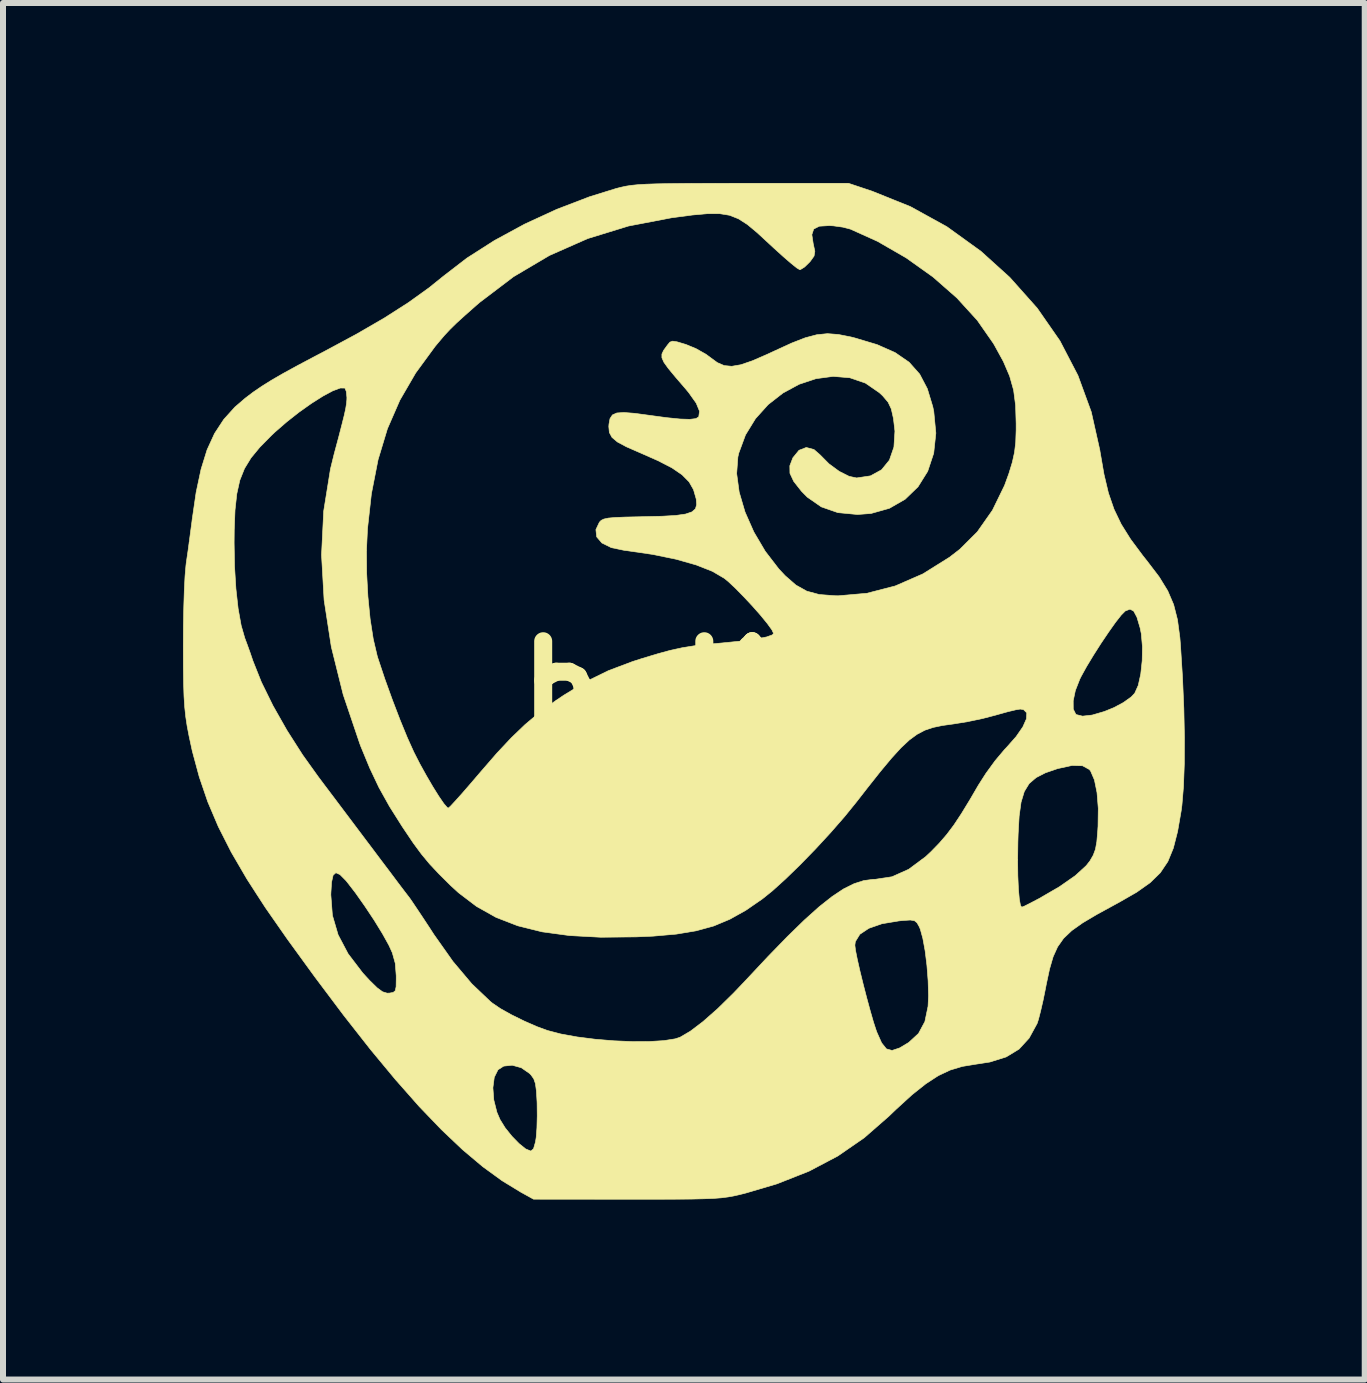
<source format=kicad_pcb>
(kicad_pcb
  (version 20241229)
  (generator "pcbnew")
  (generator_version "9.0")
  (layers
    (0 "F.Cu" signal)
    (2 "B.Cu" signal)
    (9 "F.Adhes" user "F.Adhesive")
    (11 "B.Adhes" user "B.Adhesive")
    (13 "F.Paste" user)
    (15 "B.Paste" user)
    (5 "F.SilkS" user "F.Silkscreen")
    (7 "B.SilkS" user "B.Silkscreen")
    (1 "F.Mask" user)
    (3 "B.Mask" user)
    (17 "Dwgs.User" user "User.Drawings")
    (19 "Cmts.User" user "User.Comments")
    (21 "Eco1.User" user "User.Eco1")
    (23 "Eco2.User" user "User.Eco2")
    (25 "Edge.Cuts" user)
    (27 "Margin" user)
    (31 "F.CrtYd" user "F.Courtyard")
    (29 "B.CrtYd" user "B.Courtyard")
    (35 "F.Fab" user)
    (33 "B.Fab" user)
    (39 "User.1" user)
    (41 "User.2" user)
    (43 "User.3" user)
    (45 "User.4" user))
  (footprint "helix"
    (layer "F.Cu")
    (at 8.362 8.472)
    (property "Reference" "helix" (at 0 0 0) (layer "F.SilkS") (effects (font (size 1.524 1.524) (thickness 0.3))))
    (attr through_hole)
    (fp_poly (pts (xy 3.122 -8.336) (xy 3.763 -8.078) (xy 4.369 -7.744) (xy 4.937 -7.334) (xy 5.418 -6.899) (xy 5.875 -6.386) (xy 6.254 -5.841) (xy 6.554 -5.264) (xy 6.776 -4.657) (xy 6.919 -4.019) (xy 6.923 -3.992) (xy 6.988 -3.617) (xy 7.062 -3.305) (xy 7.155 -3.035) (xy 7.275 -2.785) (xy 7.432 -2.534) (xy 7.636 -2.26) (xy 7.709 -2.168) (xy 7.908 -1.907) (xy 8.051 -1.674) (xy 8.149 -1.445) (xy 8.213 -1.193) (xy 8.253 -0.894) (xy 8.263 -0.769) (xy 8.297 -0.228) (xy 8.319 0.289) (xy 8.329 0.772) (xy 8.327 1.208) (xy 8.313 1.588) (xy 8.287 1.899) (xy 8.275 1.99) (xy 8.215 2.336) (xy 8.144 2.614) (xy 8.052 2.838) (xy 7.926 3.025) (xy 7.757 3.19) (xy 7.532 3.349) (xy 7.241 3.516) (xy 7.175 3.552) (xy 6.871 3.718) (xy 6.633 3.859) (xy 6.451 3.988) (xy 6.315 4.117) (xy 6.215 4.259) (xy 6.14 4.425) (xy 6.081 4.628) (xy 6.027 4.88) (xy 6.015 4.944) (xy 5.974 5.147) (xy 5.932 5.329) (xy 5.896 5.469) (xy 5.874 5.536) (xy 5.74 5.781) (xy 5.572 5.964) (xy 5.358 6.094) (xy 5.086 6.179) (xy 4.846 6.216) (xy 4.627 6.252) (xy 4.424 6.313) (xy 4.225 6.407) (xy 4.018 6.542) (xy 3.788 6.725) (xy 3.525 6.965) (xy 3.402 7.083) (xy 2.991 7.442) (xy 2.552 7.745) (xy 2.072 7.998) (xy 1.538 8.209) (xy 1.02 8.362) (xy 0.914 8.389) (xy 0.816 8.411) (xy 0.719 8.428) (xy 0.611 8.442) (xy 0.481 8.452) (xy 0.321 8.458) (xy 0.12 8.463) (xy -0.133 8.465) (xy -0.447 8.466) (xy -0.834 8.466) (xy -0.951 8.466) (xy -2.519 8.465) (xy -2.731 8.348) (xy -3.044 8.157) (xy -3.367 7.922) (xy -3.702 7.64) (xy -4.053 7.307) (xy -4.424 6.921) (xy -4.7 6.608) (xy -3.197 6.608) (xy -3.182 6.811) (xy -3.13 7.017) (xy -3.079 7.136) (xy -2.993 7.275) (xy -2.881 7.415) (xy -2.761 7.538) (xy -2.651 7.627) (xy -2.567 7.662) (xy -2.564 7.662) (xy -2.52 7.625) (xy -2.487 7.511) (xy -2.475 7.433) (xy -2.463 7.277) (xy -2.458 7.076) (xy -2.46 6.871) (xy -2.461 6.841) (xy -2.472 6.659) (xy -2.488 6.539) (xy -2.516 6.458) (xy -2.562 6.394) (xy -2.586 6.369) (xy -2.723 6.274) (xy -2.875 6.232) (xy -3.017 6.247) (xy -3.112 6.308) (xy -3.174 6.433) (xy -3.197 6.608) (xy -4.7 6.608) (xy -4.817 6.476) (xy -5.236 5.971) (xy -5.684 5.4) (xy -6.164 4.761) (xy -6.622 4.131) (xy -6.988 3.606) (xy -7.126 3.393) (xy -5.898 3.393) (xy -5.872 3.734) (xy -5.777 4.058) (xy -5.61 4.375) (xy -5.366 4.695) (xy -5.25 4.821) (xy -5.126 4.942) (xy -5.036 5.008) (xy -4.96 5.031) (xy -4.921 5.03) (xy -4.859 5.019) (xy -4.824 4.99) (xy -4.81 4.923) (xy -4.808 4.797) (xy -4.808 4.741) (xy -4.824 4.534) (xy -4.873 4.358) (xy -4.93 4.233) (xy -5.036 4.042) (xy -5.176 3.814) (xy -5.333 3.578) (xy -5.488 3.358) (xy -5.624 3.182) (xy -5.647 3.154) (xy -5.745 3.055) (xy -5.814 3.024) (xy -5.86 3.065) (xy -5.886 3.181) (xy -5.898 3.377) (xy -5.898 3.393) (xy -7.126 3.393) (xy -7.298 3.126) (xy -7.558 2.68) (xy -7.773 2.256) (xy -7.949 1.842) (xy -8.091 1.426) (xy -8.207 0.996) (xy -8.262 0.741) (xy -8.293 0.579) (xy -8.316 0.426) (xy -8.333 0.267) (xy -8.345 0.086) (xy -8.352 -0.132) (xy -8.356 -0.403) (xy -8.357 -0.742) (xy -8.357 -0.762) (xy -8.355 -1.089) (xy -8.349 -1.402) (xy -8.34 -1.685) (xy -8.328 -1.921) (xy -8.313 -2.094) (xy -8.308 -2.138) (xy -8.277 -2.35) (xy -8.26 -2.477) (xy -7.51 -2.477) (xy -7.503 -2.082) (xy -7.48 -1.71) (xy -7.443 -1.377) (xy -7.393 -1.098) (xy -7.332 -0.886) (xy -7.325 -0.868) (xy -7.294 -0.785) (xy -7.246 -0.652) (xy -7.197 -0.508) (xy -7.056 -0.154) (xy -6.863 0.239) (xy -6.63 0.65) (xy -6.367 1.062) (xy -6.107 1.425) (xy -6.008 1.557) (xy -5.869 1.741) (xy -5.702 1.963) (xy -5.517 2.209) (xy -5.326 2.463) (xy -5.236 2.582) (xy -5.062 2.814) (xy -4.904 3.023) (xy -4.77 3.202) (xy -4.666 3.339) (xy -4.6 3.425) (xy -4.581 3.45) (xy -4.547 3.499) (xy -4.476 3.605) (xy -4.375 3.756) (xy -4.255 3.938) (xy -4.18 4.054) (xy -3.862 4.504) (xy -3.549 4.875) (xy -3.237 5.172) (xy -3.206 5.197) (xy -3.074 5.287) (xy -2.888 5.391) (xy -2.675 5.496) (xy -2.46 5.59) (xy -2.288 5.653) (xy -2.062 5.712) (xy -1.791 5.761) (xy -1.491 5.799) (xy -1.18 5.825) (xy -0.874 5.838) (xy -0.59 5.837) (xy -0.346 5.822) (xy -0.157 5.792) (xy -0.076 5.765) (xy 0.094 5.665) (xy 0.305 5.505) (xy 0.548 5.291) (xy 0.814 5.03) (xy 1.021 4.813) (xy 1.39 4.419) (xy 1.572 4.232) (xy 2.836 4.232) (xy 2.847 4.319) (xy 2.877 4.469) (xy 2.921 4.663) (xy 2.975 4.883) (xy 3.034 5.111) (xy 3.093 5.328) (xy 3.147 5.516) (xy 3.193 5.656) (xy 3.203 5.683) (xy 3.282 5.86) (xy 3.362 5.96) (xy 3.456 5.986) (xy 3.582 5.944) (xy 3.734 5.853) (xy 3.897 5.703) (xy 4.003 5.505) (xy 4.056 5.25) (xy 4.064 5.076) (xy 4.057 4.825) (xy 4.037 4.568) (xy 4.007 4.325) (xy 3.969 4.118) (xy 3.927 3.966) (xy 3.91 3.925) (xy 3.872 3.858) (xy 3.829 3.823) (xy 3.76 3.812) (xy 3.639 3.82) (xy 3.568 3.827) (xy 3.287 3.874) (xy 3.069 3.95) (xy 2.919 4.05) (xy 2.844 4.172) (xy 2.836 4.232) (xy 1.572 4.232) (xy 1.712 4.088) (xy 1.993 3.814) (xy 2.239 3.593) (xy 2.455 3.422) (xy 2.647 3.294) (xy 2.822 3.207) (xy 2.983 3.155) (xy 3.138 3.134) (xy 3.179 3.133) (xy 3.455 3.091) (xy 3.734 2.966) (xy 3.944 2.81) (xy 5.549 2.81) (xy 5.552 3.074) (xy 5.562 3.295) (xy 5.577 3.464) (xy 5.596 3.568) (xy 5.617 3.598) (xy 5.663 3.58) (xy 5.762 3.53) (xy 5.893 3.461) (xy 5.9 3.458) (xy 6.246 3.257) (xy 6.511 3.072) (xy 6.693 2.905) (xy 6.754 2.827) (xy 6.809 2.732) (xy 6.846 2.633) (xy 6.869 2.506) (xy 6.884 2.326) (xy 6.889 2.248) (xy 6.893 1.95) (xy 6.872 1.688) (xy 6.829 1.477) (xy 6.766 1.331) (xy 6.744 1.303) (xy 6.631 1.241) (xy 6.456 1.236) (xy 6.222 1.287) (xy 6.217 1.288) (xy 6.013 1.358) (xy 5.857 1.438) (xy 5.741 1.538) (xy 5.66 1.67) (xy 5.606 1.848) (xy 5.574 2.081) (xy 5.557 2.383) (xy 5.553 2.515) (xy 5.549 2.81) (xy 3.944 2.81) (xy 4.013 2.759) (xy 4.105 2.673) (xy 4.245 2.529) (xy 4.368 2.386) (xy 4.487 2.228) (xy 4.612 2.039) (xy 4.756 1.803) (xy 4.894 1.566) (xy 5.021 1.367) (xy 5.174 1.157) (xy 5.327 0.975) (xy 5.363 0.937) (xy 5.524 0.755) (xy 5.636 0.593) (xy 5.696 0.458) (xy 5.701 0.359) (xy 5.647 0.305) (xy 5.593 0.296) (xy 5.519 0.308) (xy 5.389 0.339) (xy 5.227 0.384) (xy 5.178 0.398) (xy 4.959 0.455) (xy 4.709 0.507) (xy 4.48 0.544) (xy 4.473 0.545) (xy 4.294 0.57) (xy 4.141 0.602) (xy 4.003 0.648) (xy 3.874 0.716) (xy 3.744 0.811) (xy 3.604 0.942) (xy 3.446 1.115) (xy 3.261 1.337) (xy 3.04 1.616) (xy 2.865 1.841) (xy 2.663 2.09) (xy 2.43 2.357) (xy 2.179 2.629) (xy 1.924 2.891) (xy 1.68 3.128) (xy 1.461 3.326) (xy 1.293 3.461) (xy 1.017 3.651) (xy 0.752 3.799) (xy 0.482 3.912) (xy 0.19 3.992) (xy -0.141 4.047) (xy -0.529 4.081) (xy -0.809 4.093) (xy -1.399 4.099) (xy -1.919 4.071) (xy -2.377 4.009) (xy -2.783 3.908) (xy -3.144 3.768) (xy -3.47 3.585) (xy -3.77 3.357) (xy -3.904 3.234) (xy -4.097 3.042) (xy -4.252 2.877) (xy -4.387 2.714) (xy -4.522 2.531) (xy -4.676 2.302) (xy -4.707 2.256) (xy -4.921 1.917) (xy -5.096 1.603) (xy -5.249 1.28) (xy -5.4 0.914) (xy -5.417 0.868) (xy -5.692 0.054) (xy -5.89 -0.742) (xy -6.01 -1.52) (xy -6.053 -2.274) (xy -6.049 -2.352) (xy -5.304 -2.352) (xy -5.301 -1.968) (xy -5.28 -1.578) (xy -5.243 -1.205) (xy -5.191 -0.87) (xy -5.126 -0.593) (xy -5.113 -0.55) (xy -4.998 -0.205) (xy -4.872 0.144) (xy -4.744 0.478) (xy -4.623 0.773) (xy -4.516 1.01) (xy -4.512 1.018) (xy -4.414 1.21) (xy -4.306 1.405) (xy -4.198 1.59) (xy -4.098 1.75) (xy -4.015 1.871) (xy -3.957 1.938) (xy -3.941 1.947) (xy -3.906 1.917) (xy -3.826 1.831) (xy -3.709 1.701) (xy -3.566 1.536) (xy -3.406 1.349) (xy -3.133 1.034) (xy -2.89 0.775) (xy -2.662 0.556) (xy -2.432 0.362) (xy -2.184 0.18) (xy -2.153 0.158) (xy 6.475 0.158) (xy 6.476 0.297) (xy 6.519 0.383) (xy 6.526 0.388) (xy 6.63 0.414) (xy 6.791 0.396) (xy 6.993 0.337) (xy 7.151 0.273) (xy 7.312 0.187) (xy 7.443 0.093) (xy 7.5 0.033) (xy 7.559 -0.098) (xy 7.601 -0.288) (xy 7.625 -0.511) (xy 7.629 -0.743) (xy 7.61 -0.96) (xy 7.59 -1.058) (xy 7.537 -1.236) (xy 7.483 -1.337) (xy 7.422 -1.369) (xy 7.346 -1.34) (xy 7.34 -1.336) (xy 7.275 -1.27) (xy 7.179 -1.148) (xy 7.063 -0.984) (xy 6.937 -0.797) (xy 6.812 -0.601) (xy 6.699 -0.414) (xy 6.609 -0.251) (xy 6.585 -0.203) (xy 6.511 -0.014) (xy 6.475 0.158) (xy -2.153 0.158) (xy -2.018 0.067) (xy -1.641 -0.163) (xy -1.272 -0.344) (xy -0.872 -0.495) (xy -0.72 -0.544) (xy -0.451 -0.625) (xy -0.235 -0.684) (xy -0.042 -0.726) (xy 0.156 -0.758) (xy 0.387 -0.784) (xy 0.614 -0.805) (xy 0.938 -0.837) (xy 1.189 -0.871) (xy 1.365 -0.906) (xy 1.462 -0.941) (xy 1.481 -0.965) (xy 1.453 -1.025) (xy 1.376 -1.131) (xy 1.265 -1.267) (xy 1.131 -1.419) (xy 0.987 -1.573) (xy 0.847 -1.716) (xy 0.723 -1.832) (xy 0.659 -1.884) (xy 0.463 -1.999) (xy 0.192 -2.106) (xy -0.142 -2.201) (xy -0.53 -2.281) (xy -0.962 -2.344) (xy -1.005 -2.349) (xy -1.224 -2.395) (xy -1.38 -2.472) (xy -1.467 -2.574) (xy -1.48 -2.695) (xy -1.422 -2.818) (xy -1.392 -2.849) (xy -1.347 -2.871) (xy -1.274 -2.887) (xy -1.159 -2.897) (xy -0.989 -2.904) (xy -0.751 -2.909) (xy -0.679 -2.911) (xy -0.376 -2.918) (xy -0.148 -2.931) (xy 0.014 -2.954) (xy 0.12 -2.99) (xy 0.179 -3.041) (xy 0.199 -3.111) (xy 0.192 -3.204) (xy 0.19 -3.212) (xy 0.147 -3.361) (xy 0.073 -3.491) (xy -0.044 -3.609) (xy -0.212 -3.724) (xy -0.443 -3.843) (xy -0.744 -3.976) (xy -0.756 -3.981) (xy -0.973 -4.076) (xy -1.122 -4.156) (xy -1.212 -4.232) (xy -1.256 -4.314) (xy -1.265 -4.412) (xy -1.262 -4.453) (xy -1.245 -4.545) (xy -1.205 -4.606) (xy -1.132 -4.639) (xy -1.013 -4.647) (xy -0.834 -4.633) (xy -0.605 -4.602) (xy -0.302 -4.561) (xy -0.075 -4.538) (xy 0.085 -4.533) (xy 0.186 -4.545) (xy 0.234 -4.574) (xy 0.234 -4.574) (xy 0.247 -4.669) (xy 0.192 -4.803) (xy 0.066 -4.98) (xy 0.012 -5.045) (xy -0.155 -5.239) (xy -0.272 -5.38) (xy -0.346 -5.483) (xy -0.38 -5.559) (xy -0.38 -5.621) (xy -0.351 -5.683) (xy -0.299 -5.755) (xy -0.284 -5.775) (xy -0.246 -5.82) (xy -0.202 -5.836) (xy -0.128 -5.825) (xy -0.001 -5.787) (xy 0.017 -5.782) (xy 0.187 -5.712) (xy 0.355 -5.617) (xy 0.428 -5.563) (xy 0.544 -5.478) (xy 0.658 -5.429) (xy 0.784 -5.417) (xy 0.936 -5.443) (xy 1.126 -5.508) (xy 1.37 -5.614) (xy 1.504 -5.676) (xy 1.783 -5.804) (xy 2.009 -5.892) (xy 2.201 -5.943) (xy 2.379 -5.961) (xy 2.562 -5.947) (xy 2.77 -5.906) (xy 2.833 -5.89) (xy 3.207 -5.778) (xy 3.506 -5.646) (xy 3.74 -5.485) (xy 3.916 -5.287) (xy 4.044 -5.043) (xy 4.134 -4.746) (xy 4.151 -4.666) (xy 4.186 -4.303) (xy 4.15 -3.968) (xy 4.05 -3.667) (xy 3.889 -3.409) (xy 3.674 -3.201) (xy 3.411 -3.05) (xy 3.106 -2.964) (xy 2.879 -2.947) (xy 2.553 -2.978) (xy 2.277 -3.074) (xy 2.042 -3.237) (xy 1.945 -3.336) (xy 1.817 -3.499) (xy 1.754 -3.634) (xy 1.752 -3.759) (xy 1.803 -3.892) (xy 1.905 -4.017) (xy 2.026 -4.064) (xy 2.154 -4.03) (xy 2.252 -3.945) (xy 2.405 -3.791) (xy 2.575 -3.666) (xy 2.74 -3.583) (xy 2.865 -3.556) (xy 3.097 -3.591) (xy 3.281 -3.692) (xy 3.412 -3.853) (xy 3.487 -4.07) (xy 3.504 -4.336) (xy 3.479 -4.548) (xy 3.443 -4.707) (xy 3.39 -4.819) (xy 3.3 -4.925) (xy 3.243 -4.978) (xy 3.012 -5.137) (xy 2.752 -5.226) (xy 2.474 -5.249) (xy 2.189 -5.211) (xy 1.906 -5.117) (xy 1.637 -4.971) (xy 1.391 -4.779) (xy 1.18 -4.545) (xy 1.013 -4.273) (xy 0.901 -3.97) (xy 0.886 -3.904) (xy 0.866 -3.629) (xy 0.908 -3.319) (xy 1.005 -2.989) (xy 1.152 -2.656) (xy 1.342 -2.334) (xy 1.568 -2.04) (xy 1.675 -1.926) (xy 1.854 -1.77) (xy 2.035 -1.669) (xy 2.243 -1.613) (xy 2.503 -1.593) (xy 2.561 -1.592) (xy 3.037 -1.634) (xy 3.509 -1.756) (xy 3.97 -1.957) (xy 4.413 -2.234) (xy 4.584 -2.366) (xy 4.877 -2.658) (xy 5.129 -3.017) (xy 5.331 -3.431) (xy 5.403 -3.629) (xy 5.461 -3.819) (xy 5.497 -3.982) (xy 5.517 -4.149) (xy 5.524 -4.354) (xy 5.524 -4.466) (xy 5.515 -4.765) (xy 5.482 -5.019) (xy 5.416 -5.253) (xy 5.312 -5.496) (xy 5.16 -5.773) (xy 5.144 -5.8) (xy 4.876 -6.184) (xy 4.537 -6.556) (xy 4.138 -6.906) (xy 3.693 -7.223) (xy 3.215 -7.499) (xy 2.763 -7.703) (xy 2.637 -7.736) (xy 2.478 -7.758) (xy 2.409 -7.762) (xy 2.244 -7.752) (xy 2.15 -7.705) (xy 2.119 -7.611) (xy 2.142 -7.459) (xy 2.144 -7.451) (xy 2.169 -7.334) (xy 2.156 -7.255) (xy 2.098 -7.173) (xy 2.081 -7.153) (xy 1.998 -7.072) (xy 1.929 -7.029) (xy 1.918 -7.027) (xy 1.87 -7.055) (xy 1.774 -7.132) (xy 1.641 -7.247) (xy 1.483 -7.39) (xy 1.401 -7.466) (xy 1.207 -7.645) (xy 1.045 -7.78) (xy 0.897 -7.875) (xy 0.749 -7.934) (xy 0.582 -7.961) (xy 0.382 -7.961) (xy 0.133 -7.939) (xy -0.183 -7.897) (xy -0.21 -7.894) (xy -0.936 -7.755) (xy -1.616 -7.546) (xy -2.253 -7.265) (xy -2.852 -6.911) (xy -3.416 -6.483) (xy -3.474 -6.433) (xy -3.662 -6.267) (xy -3.803 -6.139) (xy -3.912 -6.032) (xy -4.008 -5.929) (xy -4.107 -5.812) (xy -4.161 -5.747) (xy -4.484 -5.306) (xy -4.747 -4.853) (xy -4.955 -4.376) (xy -5.111 -3.86) (xy -5.222 -3.292) (xy -5.287 -2.709) (xy -5.304 -2.352) (xy -6.049 -2.352) (xy -6.017 -3.004) (xy -5.904 -3.706) (xy -5.842 -3.958) (xy -5.767 -4.237) (xy -5.713 -4.447) (xy -5.674 -4.602) (xy -5.65 -4.713) (xy -5.637 -4.795) (xy -5.631 -4.86) (xy -5.63 -4.896) (xy -5.64 -4.997) (xy -5.663 -5.053) (xy -5.665 -5.054) (xy -5.74 -5.055) (xy -5.866 -5.008) (xy -6.03 -4.92) (xy -6.221 -4.799) (xy -6.427 -4.653) (xy -6.634 -4.49) (xy -6.832 -4.318) (xy -6.894 -4.259) (xy -7.082 -4.068) (xy -7.228 -3.891) (xy -7.337 -3.713) (xy -7.415 -3.518) (xy -7.465 -3.293) (xy -7.495 -3.021) (xy -7.508 -2.689) (xy -7.51 -2.477) (xy -8.26 -2.477) (xy -8.244 -2.597) (xy -8.213 -2.83) (xy -8.21 -2.857) (xy -8.143 -3.316) (xy -8.061 -3.701) (xy -7.961 -4.024) (xy -7.836 -4.297) (xy -7.683 -4.531) (xy -7.497 -4.737) (xy -7.325 -4.885) (xy -7.192 -4.986) (xy -7.05 -5.083) (xy -6.887 -5.185) (xy -6.69 -5.299) (xy -6.447 -5.432) (xy -6.145 -5.592) (xy -6.011 -5.662) (xy -5.472 -5.952) (xy -5.006 -6.222) (xy -4.606 -6.478) (xy -4.262 -6.725) (xy -4.02 -6.92) (xy -3.629 -7.221) (xy -3.172 -7.513) (xy -2.667 -7.787) (xy -2.133 -8.033) (xy -1.588 -8.242) (xy -1.144 -8.38) (xy -1.061 -8.401) (xy -0.979 -8.419) (xy -0.887 -8.433) (xy -0.778 -8.444) (xy -0.641 -8.452) (xy -0.468 -8.458) (xy -0.251 -8.462) (xy 0.021 -8.465) (xy 0.356 -8.466) (xy 0.763 -8.467) (xy 0.952 -8.467) (xy 2.73 -8.467) (xy 3.122 -8.336)) (stroke (width 0.01) (type solid)) (fill yes) (layer "F.SilkS")))
  (gr_rect
    (start -3 -3)
    (end 19.696 19.943)
    (stroke (width 0.1) (type default))
    (fill no)
    (layer "Edge.Cuts")))
</source>
